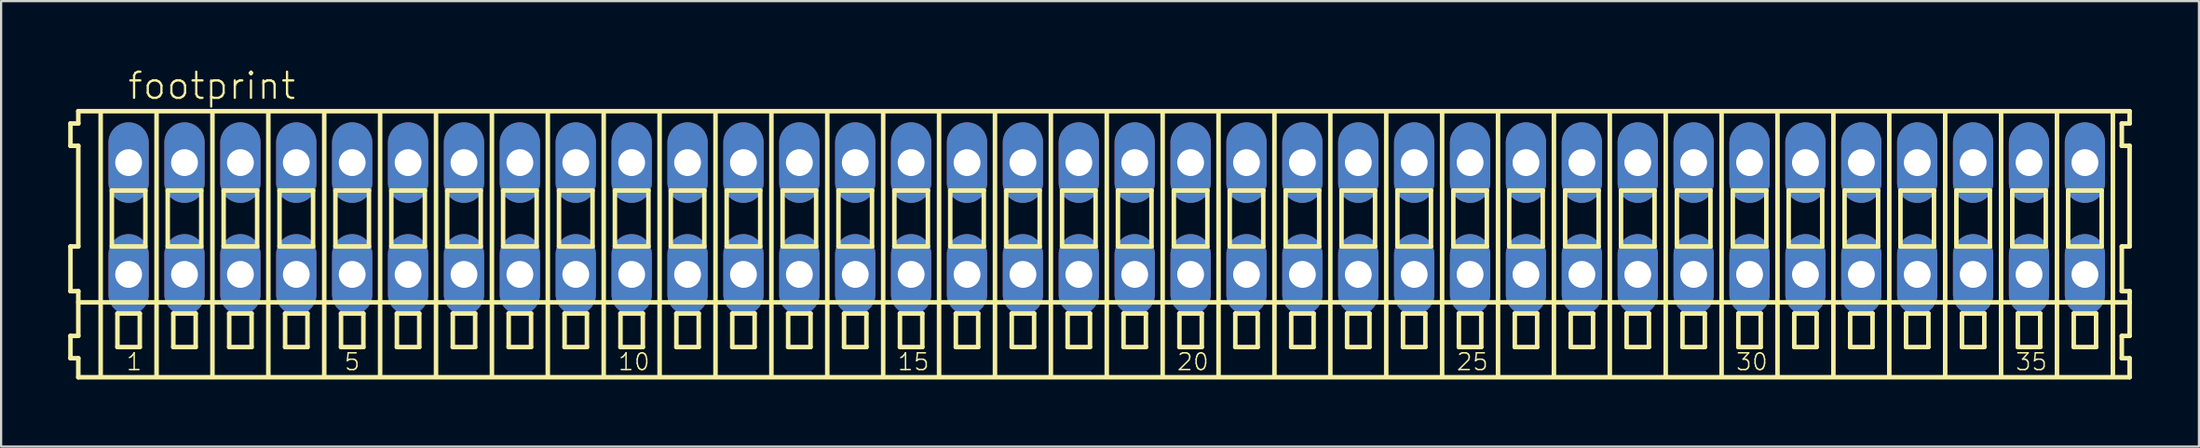
<source format=kicad_pcb>
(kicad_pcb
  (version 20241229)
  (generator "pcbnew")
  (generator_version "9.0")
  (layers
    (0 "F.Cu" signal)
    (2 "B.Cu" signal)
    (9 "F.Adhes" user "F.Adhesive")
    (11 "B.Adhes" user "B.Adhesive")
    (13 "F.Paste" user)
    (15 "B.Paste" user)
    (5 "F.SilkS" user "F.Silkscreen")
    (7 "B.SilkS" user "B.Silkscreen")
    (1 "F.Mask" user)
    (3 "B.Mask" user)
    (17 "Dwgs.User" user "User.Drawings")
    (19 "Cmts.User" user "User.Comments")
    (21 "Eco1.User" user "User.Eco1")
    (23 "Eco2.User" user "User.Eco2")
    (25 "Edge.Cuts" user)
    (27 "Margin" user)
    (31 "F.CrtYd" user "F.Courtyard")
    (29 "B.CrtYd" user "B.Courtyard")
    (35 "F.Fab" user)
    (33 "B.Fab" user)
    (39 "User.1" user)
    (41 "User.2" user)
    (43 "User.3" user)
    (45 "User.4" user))
  (footprint "footprint"
    (layer "F.Cu")
    (at 46.452 6.723)
    (property "Reference" "footprint" (at -43.85 -5.25 0) (layer "F.SilkS") (effects (font (size 1.168 1.168) (thickness 0.102)) (justify left bottom)))
    (fp_line (start -46.35 -4.25) (end -46.35 -3.25) (stroke (width 0.203) (type solid)) (layer "F.SilkS"))
    (fp_line (start -46.35 -3.25) (end -46 -3.25) (stroke (width 0.203) (type solid)) (layer "F.SilkS"))
    (fp_line (start -46.35 1.25) (end -46.35 3.25) (stroke (width 0.203) (type solid)) (layer "F.SilkS"))
    (fp_line (start -46.35 3.25) (end -46 3.25) (stroke (width 0.203) (type solid)) (layer "F.SilkS"))
    (fp_line (start -46.35 5.25) (end -46.35 6.25) (stroke (width 0.203) (type solid)) (layer "F.SilkS"))
    (fp_line (start -46.35 6.25) (end -46 6.25) (stroke (width 0.203) (type solid)) (layer "F.SilkS"))
    (fp_line (start -46 -4.8) (end -46 -4.25) (stroke (width 0.203) (type solid)) (layer "F.SilkS"))
    (fp_line (start -46 -4.25) (end -46.35 -4.25) (stroke (width 0.203) (type solid)) (layer "F.SilkS"))
    (fp_line (start -46 -3.25) (end -46 1.25) (stroke (width 0.203) (type solid)) (layer "F.SilkS"))
    (fp_line (start -46 1.25) (end -46.35 1.25) (stroke (width 0.203) (type solid)) (layer "F.SilkS"))
    (fp_line (start -46 3.25) (end -46 5.25) (stroke (width 0.203) (type solid)) (layer "F.SilkS"))
    (fp_line (start -46 3.75) (end 45.75 3.75) (stroke (width 0.203) (type solid)) (layer "F.SilkS"))
    (fp_line (start -46 5.25) (end -46.35 5.25) (stroke (width 0.203) (type solid)) (layer "F.SilkS"))
    (fp_line (start -46 6.25) (end -46 7.1) (stroke (width 0.203) (type solid)) (layer "F.SilkS"))
    (fp_line (start -46 7.1) (end 45.75 7.1) (stroke (width 0.203) (type solid)) (layer "F.SilkS"))
    (fp_line (start -45 -4.75) (end -45 7) (stroke (width 0.203) (type solid)) (layer "F.SilkS"))
    (fp_line (start -44.5 -1.25) (end -44.5 1.25) (stroke (width 0.203) (type solid)) (layer "F.SilkS"))
    (fp_line (start -44.5 1.25) (end -43 1.25) (stroke (width 0.203) (type solid)) (layer "F.SilkS"))
    (fp_line (start -44.25 4.25) (end -44.25 5.75) (stroke (width 0.203) (type solid)) (layer "F.SilkS"))
    (fp_line (start -44.25 5.75) (end -43.25 5.75) (stroke (width 0.203) (type solid)) (layer "F.SilkS"))
    (fp_line (start -43.25 4.25) (end -44.25 4.25) (stroke (width 0.203) (type solid)) (layer "F.SilkS"))
    (fp_line (start -43.25 5.75) (end -43.25 4.25) (stroke (width 0.203) (type solid)) (layer "F.SilkS"))
    (fp_line (start -43 -1.25) (end -44.5 -1.25) (stroke (width 0.203) (type solid)) (layer "F.SilkS"))
    (fp_line (start -43 1.25) (end -43 -1.25) (stroke (width 0.203) (type solid)) (layer "F.SilkS"))
    (fp_line (start -42.5 -4.75) (end -42.5 7) (stroke (width 0.203) (type solid)) (layer "F.SilkS"))
    (fp_line (start -42 -1.25) (end -42 1.25) (stroke (width 0.203) (type solid)) (layer "F.SilkS"))
    (fp_line (start -42 1.25) (end -40.5 1.25) (stroke (width 0.203) (type solid)) (layer "F.SilkS"))
    (fp_line (start -41.75 4.25) (end -41.75 5.75) (stroke (width 0.203) (type solid)) (layer "F.SilkS"))
    (fp_line (start -41.75 5.75) (end -40.75 5.75) (stroke (width 0.203) (type solid)) (layer "F.SilkS"))
    (fp_line (start -40.75 4.25) (end -41.75 4.25) (stroke (width 0.203) (type solid)) (layer "F.SilkS"))
    (fp_line (start -40.75 5.75) (end -40.75 4.25) (stroke (width 0.203) (type solid)) (layer "F.SilkS"))
    (fp_line (start -40.5 -1.25) (end -42 -1.25) (stroke (width 0.203) (type solid)) (layer "F.SilkS"))
    (fp_line (start -40.5 1.25) (end -40.5 -1.25) (stroke (width 0.203) (type solid)) (layer "F.SilkS"))
    (fp_line (start -40 -4.75) (end -40 7) (stroke (width 0.203) (type solid)) (layer "F.SilkS"))
    (fp_line (start -39.5 -1.25) (end -39.5 1.25) (stroke (width 0.203) (type solid)) (layer "F.SilkS"))
    (fp_line (start -39.5 1.25) (end -38 1.25) (stroke (width 0.203) (type solid)) (layer "F.SilkS"))
    (fp_line (start -39.25 4.25) (end -39.25 5.75) (stroke (width 0.203) (type solid)) (layer "F.SilkS"))
    (fp_line (start -39.25 5.75) (end -38.25 5.75) (stroke (width 0.203) (type solid)) (layer "F.SilkS"))
    (fp_line (start -38.25 4.25) (end -39.25 4.25) (stroke (width 0.203) (type solid)) (layer "F.SilkS"))
    (fp_line (start -38.25 5.75) (end -38.25 4.25) (stroke (width 0.203) (type solid)) (layer "F.SilkS"))
    (fp_line (start -38 -1.25) (end -39.5 -1.25) (stroke (width 0.203) (type solid)) (layer "F.SilkS"))
    (fp_line (start -38 1.25) (end -38 -1.25) (stroke (width 0.203) (type solid)) (layer "F.SilkS"))
    (fp_line (start -37.5 -4.75) (end -37.5 7) (stroke (width 0.203) (type solid)) (layer "F.SilkS"))
    (fp_line (start -37 -1.25) (end -37 1.25) (stroke (width 0.203) (type solid)) (layer "F.SilkS"))
    (fp_line (start -37 1.25) (end -35.5 1.25) (stroke (width 0.203) (type solid)) (layer "F.SilkS"))
    (fp_line (start -36.75 4.25) (end -36.75 5.75) (stroke (width 0.203) (type solid)) (layer "F.SilkS"))
    (fp_line (start -36.75 5.75) (end -35.75 5.75) (stroke (width 0.203) (type solid)) (layer "F.SilkS"))
    (fp_line (start -35.75 4.25) (end -36.75 4.25) (stroke (width 0.203) (type solid)) (layer "F.SilkS"))
    (fp_line (start -35.75 5.75) (end -35.75 4.25) (stroke (width 0.203) (type solid)) (layer "F.SilkS"))
    (fp_line (start -35.5 -1.25) (end -37 -1.25) (stroke (width 0.203) (type solid)) (layer "F.SilkS"))
    (fp_line (start -35.5 1.25) (end -35.5 -1.25) (stroke (width 0.203) (type solid)) (layer "F.SilkS"))
    (fp_line (start -35 -4.75) (end -35 7) (stroke (width 0.203) (type solid)) (layer "F.SilkS"))
    (fp_line (start -34.5 -1.25) (end -34.5 1.25) (stroke (width 0.203) (type solid)) (layer "F.SilkS"))
    (fp_line (start -34.5 1.25) (end -33 1.25) (stroke (width 0.203) (type solid)) (layer "F.SilkS"))
    (fp_line (start -34.25 4.25) (end -34.25 5.75) (stroke (width 0.203) (type solid)) (layer "F.SilkS"))
    (fp_line (start -34.25 5.75) (end -33.25 5.75) (stroke (width 0.203) (type solid)) (layer "F.SilkS"))
    (fp_line (start -33.25 4.25) (end -34.25 4.25) (stroke (width 0.203) (type solid)) (layer "F.SilkS"))
    (fp_line (start -33.25 5.75) (end -33.25 4.25) (stroke (width 0.203) (type solid)) (layer "F.SilkS"))
    (fp_line (start -33 -1.25) (end -34.5 -1.25) (stroke (width 0.203) (type solid)) (layer "F.SilkS"))
    (fp_line (start -33 1.25) (end -33 -1.25) (stroke (width 0.203) (type solid)) (layer "F.SilkS"))
    (fp_line (start -32.5 -4.75) (end -32.5 7) (stroke (width 0.203) (type solid)) (layer "F.SilkS"))
    (fp_line (start -32 -1.25) (end -32 1.25) (stroke (width 0.203) (type solid)) (layer "F.SilkS"))
    (fp_line (start -32 1.25) (end -30.5 1.25) (stroke (width 0.203) (type solid)) (layer "F.SilkS"))
    (fp_line (start -31.75 4.25) (end -31.75 5.75) (stroke (width 0.203) (type solid)) (layer "F.SilkS"))
    (fp_line (start -31.75 5.75) (end -30.75 5.75) (stroke (width 0.203) (type solid)) (layer "F.SilkS"))
    (fp_line (start -30.75 4.25) (end -31.75 4.25) (stroke (width 0.203) (type solid)) (layer "F.SilkS"))
    (fp_line (start -30.75 5.75) (end -30.75 4.25) (stroke (width 0.203) (type solid)) (layer "F.SilkS"))
    (fp_line (start -30.5 -1.25) (end -32 -1.25) (stroke (width 0.203) (type solid)) (layer "F.SilkS"))
    (fp_line (start -30.5 1.25) (end -30.5 -1.25) (stroke (width 0.203) (type solid)) (layer "F.SilkS"))
    (fp_line (start -30 -4.75) (end -30 7) (stroke (width 0.203) (type solid)) (layer "F.SilkS"))
    (fp_line (start -29.5 -1.25) (end -29.5 1.25) (stroke (width 0.203) (type solid)) (layer "F.SilkS"))
    (fp_line (start -29.5 1.25) (end -28 1.25) (stroke (width 0.203) (type solid)) (layer "F.SilkS"))
    (fp_line (start -29.25 4.25) (end -29.25 5.75) (stroke (width 0.203) (type solid)) (layer "F.SilkS"))
    (fp_line (start -29.25 5.75) (end -28.25 5.75) (stroke (width 0.203) (type solid)) (layer "F.SilkS"))
    (fp_line (start -28.25 4.25) (end -29.25 4.25) (stroke (width 0.203) (type solid)) (layer "F.SilkS"))
    (fp_line (start -28.25 5.75) (end -28.25 4.25) (stroke (width 0.203) (type solid)) (layer "F.SilkS"))
    (fp_line (start -28 -1.25) (end -29.5 -1.25) (stroke (width 0.203) (type solid)) (layer "F.SilkS"))
    (fp_line (start -28 1.25) (end -28 -1.25) (stroke (width 0.203) (type solid)) (layer "F.SilkS"))
    (fp_line (start -27.5 -4.75) (end -27.5 7) (stroke (width 0.203) (type solid)) (layer "F.SilkS"))
    (fp_line (start -27 -1.25) (end -27 1.25) (stroke (width 0.203) (type solid)) (layer "F.SilkS"))
    (fp_line (start -27 1.25) (end -25.5 1.25) (stroke (width 0.203) (type solid)) (layer "F.SilkS"))
    (fp_line (start -26.75 4.25) (end -26.75 5.75) (stroke (width 0.203) (type solid)) (layer "F.SilkS"))
    (fp_line (start -26.75 5.75) (end -25.75 5.75) (stroke (width 0.203) (type solid)) (layer "F.SilkS"))
    (fp_line (start -25.75 4.25) (end -26.75 4.25) (stroke (width 0.203) (type solid)) (layer "F.SilkS"))
    (fp_line (start -25.75 5.75) (end -25.75 4.25) (stroke (width 0.203) (type solid)) (layer "F.SilkS"))
    (fp_line (start -25.5 -1.25) (end -27 -1.25) (stroke (width 0.203) (type solid)) (layer "F.SilkS"))
    (fp_line (start -25.5 1.25) (end -25.5 -1.25) (stroke (width 0.203) (type solid)) (layer "F.SilkS"))
    (fp_line (start -25 -4.75) (end -25 7) (stroke (width 0.203) (type solid)) (layer "F.SilkS"))
    (fp_line (start -24.5 -1.25) (end -24.5 1.25) (stroke (width 0.203) (type solid)) (layer "F.SilkS"))
    (fp_line (start -24.5 1.25) (end -23 1.25) (stroke (width 0.203) (type solid)) (layer "F.SilkS"))
    (fp_line (start -24.25 4.25) (end -24.25 5.75) (stroke (width 0.203) (type solid)) (layer "F.SilkS"))
    (fp_line (start -24.25 5.75) (end -23.25 5.75) (stroke (width 0.203) (type solid)) (layer "F.SilkS"))
    (fp_line (start -23.25 4.25) (end -24.25 4.25) (stroke (width 0.203) (type solid)) (layer "F.SilkS"))
    (fp_line (start -23.25 5.75) (end -23.25 4.25) (stroke (width 0.203) (type solid)) (layer "F.SilkS"))
    (fp_line (start -23 -1.25) (end -24.5 -1.25) (stroke (width 0.203) (type solid)) (layer "F.SilkS"))
    (fp_line (start -23 1.25) (end -23 -1.25) (stroke (width 0.203) (type solid)) (layer "F.SilkS"))
    (fp_line (start -22.5 -4.75) (end -22.5 7) (stroke (width 0.203) (type solid)) (layer "F.SilkS"))
    (fp_line (start -22 -1.25) (end -22 1.25) (stroke (width 0.203) (type solid)) (layer "F.SilkS"))
    (fp_line (start -22 1.25) (end -20.5 1.25) (stroke (width 0.203) (type solid)) (layer "F.SilkS"))
    (fp_line (start -21.75 4.25) (end -21.75 5.75) (stroke (width 0.203) (type solid)) (layer "F.SilkS"))
    (fp_line (start -21.75 5.75) (end -20.75 5.75) (stroke (width 0.203) (type solid)) (layer "F.SilkS"))
    (fp_line (start -20.75 4.25) (end -21.75 4.25) (stroke (width 0.203) (type solid)) (layer "F.SilkS"))
    (fp_line (start -20.75 5.75) (end -20.75 4.25) (stroke (width 0.203) (type solid)) (layer "F.SilkS"))
    (fp_line (start -20.5 -1.25) (end -22 -1.25) (stroke (width 0.203) (type solid)) (layer "F.SilkS"))
    (fp_line (start -20.5 1.25) (end -20.5 -1.25) (stroke (width 0.203) (type solid)) (layer "F.SilkS"))
    (fp_line (start -20 -4.75) (end -20 7) (stroke (width 0.203) (type solid)) (layer "F.SilkS"))
    (fp_line (start -19.5 -1.25) (end -19.5 1.25) (stroke (width 0.203) (type solid)) (layer "F.SilkS"))
    (fp_line (start -19.5 1.25) (end -18 1.25) (stroke (width 0.203) (type solid)) (layer "F.SilkS"))
    (fp_line (start -19.25 4.25) (end -19.25 5.75) (stroke (width 0.203) (type solid)) (layer "F.SilkS"))
    (fp_line (start -19.25 5.75) (end -18.25 5.75) (stroke (width 0.203) (type solid)) (layer "F.SilkS"))
    (fp_line (start -18.25 4.25) (end -19.25 4.25) (stroke (width 0.203) (type solid)) (layer "F.SilkS"))
    (fp_line (start -18.25 5.75) (end -18.25 4.25) (stroke (width 0.203) (type solid)) (layer "F.SilkS"))
    (fp_line (start -18 -1.25) (end -19.5 -1.25) (stroke (width 0.203) (type solid)) (layer "F.SilkS"))
    (fp_line (start -18 1.25) (end -18 -1.25) (stroke (width 0.203) (type solid)) (layer "F.SilkS"))
    (fp_line (start -17.5 -4.75) (end -17.5 7) (stroke (width 0.203) (type solid)) (layer "F.SilkS"))
    (fp_line (start -17 -1.25) (end -17 1.25) (stroke (width 0.203) (type solid)) (layer "F.SilkS"))
    (fp_line (start -17 1.25) (end -15.5 1.25) (stroke (width 0.203) (type solid)) (layer "F.SilkS"))
    (fp_line (start -16.75 4.25) (end -16.75 5.75) (stroke (width 0.203) (type solid)) (layer "F.SilkS"))
    (fp_line (start -16.75 5.75) (end -15.75 5.75) (stroke (width 0.203) (type solid)) (layer "F.SilkS"))
    (fp_line (start -15.75 4.25) (end -16.75 4.25) (stroke (width 0.203) (type solid)) (layer "F.SilkS"))
    (fp_line (start -15.75 5.75) (end -15.75 4.25) (stroke (width 0.203) (type solid)) (layer "F.SilkS"))
    (fp_line (start -15.5 -1.25) (end -17 -1.25) (stroke (width 0.203) (type solid)) (layer "F.SilkS"))
    (fp_line (start -15.5 1.25) (end -15.5 -1.25) (stroke (width 0.203) (type solid)) (layer "F.SilkS"))
    (fp_line (start -15 -4.75) (end -15 7) (stroke (width 0.203) (type solid)) (layer "F.SilkS"))
    (fp_line (start -14.5 -1.25) (end -14.5 1.25) (stroke (width 0.203) (type solid)) (layer "F.SilkS"))
    (fp_line (start -14.5 1.25) (end -13 1.25) (stroke (width 0.203) (type solid)) (layer "F.SilkS"))
    (fp_line (start -14.25 4.25) (end -14.25 5.75) (stroke (width 0.203) (type solid)) (layer "F.SilkS"))
    (fp_line (start -14.25 5.75) (end -13.25 5.75) (stroke (width 0.203) (type solid)) (layer "F.SilkS"))
    (fp_line (start -13.25 4.25) (end -14.25 4.25) (stroke (width 0.203) (type solid)) (layer "F.SilkS"))
    (fp_line (start -13.25 5.75) (end -13.25 4.25) (stroke (width 0.203) (type solid)) (layer "F.SilkS"))
    (fp_line (start -13 -1.25) (end -14.5 -1.25) (stroke (width 0.203) (type solid)) (layer "F.SilkS"))
    (fp_line (start -13 1.25) (end -13 -1.25) (stroke (width 0.203) (type solid)) (layer "F.SilkS"))
    (fp_line (start -12.5 -4.75) (end -12.5 7) (stroke (width 0.203) (type solid)) (layer "F.SilkS"))
    (fp_line (start -12 -1.25) (end -12 1.25) (stroke (width 0.203) (type solid)) (layer "F.SilkS"))
    (fp_line (start -12 1.25) (end -10.5 1.25) (stroke (width 0.203) (type solid)) (layer "F.SilkS"))
    (fp_line (start -11.75 4.25) (end -11.75 5.75) (stroke (width 0.203) (type solid)) (layer "F.SilkS"))
    (fp_line (start -11.75 5.75) (end -10.75 5.75) (stroke (width 0.203) (type solid)) (layer "F.SilkS"))
    (fp_line (start -10.75 4.25) (end -11.75 4.25) (stroke (width 0.203) (type solid)) (layer "F.SilkS"))
    (fp_line (start -10.75 5.75) (end -10.75 4.25) (stroke (width 0.203) (type solid)) (layer "F.SilkS"))
    (fp_line (start -10.5 -1.25) (end -12 -1.25) (stroke (width 0.203) (type solid)) (layer "F.SilkS"))
    (fp_line (start -10.5 1.25) (end -10.5 -1.25) (stroke (width 0.203) (type solid)) (layer "F.SilkS"))
    (fp_line (start -10 -4.75) (end -10 7) (stroke (width 0.203) (type solid)) (layer "F.SilkS"))
    (fp_line (start -9.5 -1.25) (end -9.5 1.25) (stroke (width 0.203) (type solid)) (layer "F.SilkS"))
    (fp_line (start -9.5 1.25) (end -8 1.25) (stroke (width 0.203) (type solid)) (layer "F.SilkS"))
    (fp_line (start -9.25 4.25) (end -9.25 5.75) (stroke (width 0.203) (type solid)) (layer "F.SilkS"))
    (fp_line (start -9.25 5.75) (end -8.25 5.75) (stroke (width 0.203) (type solid)) (layer "F.SilkS"))
    (fp_line (start -8.25 4.25) (end -9.25 4.25) (stroke (width 0.203) (type solid)) (layer "F.SilkS"))
    (fp_line (start -8.25 5.75) (end -8.25 4.25) (stroke (width 0.203) (type solid)) (layer "F.SilkS"))
    (fp_line (start -8 -1.25) (end -9.5 -1.25) (stroke (width 0.203) (type solid)) (layer "F.SilkS"))
    (fp_line (start -8 1.25) (end -8 -1.25) (stroke (width 0.203) (type solid)) (layer "F.SilkS"))
    (fp_line (start -7.5 -4.75) (end -7.5 7) (stroke (width 0.203) (type solid)) (layer "F.SilkS"))
    (fp_line (start -7 -1.25) (end -7 1.25) (stroke (width 0.203) (type solid)) (layer "F.SilkS"))
    (fp_line (start -7 1.25) (end -5.5 1.25) (stroke (width 0.203) (type solid)) (layer "F.SilkS"))
    (fp_line (start -6.75 4.25) (end -6.75 5.75) (stroke (width 0.203) (type solid)) (layer "F.SilkS"))
    (fp_line (start -6.75 5.75) (end -5.75 5.75) (stroke (width 0.203) (type solid)) (layer "F.SilkS"))
    (fp_line (start -5.75 4.25) (end -6.75 4.25) (stroke (width 0.203) (type solid)) (layer "F.SilkS"))
    (fp_line (start -5.75 5.75) (end -5.75 4.25) (stroke (width 0.203) (type solid)) (layer "F.SilkS"))
    (fp_line (start -5.5 -1.25) (end -7 -1.25) (stroke (width 0.203) (type solid)) (layer "F.SilkS"))
    (fp_line (start -5.5 1.25) (end -5.5 -1.25) (stroke (width 0.203) (type solid)) (layer "F.SilkS"))
    (fp_line (start -5 -4.75) (end -5 7) (stroke (width 0.203) (type solid)) (layer "F.SilkS"))
    (fp_line (start -4.5 -1.25) (end -4.5 1.25) (stroke (width 0.203) (type solid)) (layer "F.SilkS"))
    (fp_line (start -4.5 1.25) (end -3 1.25) (stroke (width 0.203) (type solid)) (layer "F.SilkS"))
    (fp_line (start -4.25 4.25) (end -4.25 5.75) (stroke (width 0.203) (type solid)) (layer "F.SilkS"))
    (fp_line (start -4.25 5.75) (end -3.25 5.75) (stroke (width 0.203) (type solid)) (layer "F.SilkS"))
    (fp_line (start -3.25 4.25) (end -4.25 4.25) (stroke (width 0.203) (type solid)) (layer "F.SilkS"))
    (fp_line (start -3.25 5.75) (end -3.25 4.25) (stroke (width 0.203) (type solid)) (layer "F.SilkS"))
    (fp_line (start -3 -1.25) (end -4.5 -1.25) (stroke (width 0.203) (type solid)) (layer "F.SilkS"))
    (fp_line (start -3 1.25) (end -3 -1.25) (stroke (width 0.203) (type solid)) (layer "F.SilkS"))
    (fp_line (start -2.5 -4.75) (end -2.5 7) (stroke (width 0.203) (type solid)) (layer "F.SilkS"))
    (fp_line (start -2 -1.25) (end -2 1.25) (stroke (width 0.203) (type solid)) (layer "F.SilkS"))
    (fp_line (start -2 1.25) (end -0.5 1.25) (stroke (width 0.203) (type solid)) (layer "F.SilkS"))
    (fp_line (start -1.75 4.25) (end -1.75 5.75) (stroke (width 0.203) (type solid)) (layer "F.SilkS"))
    (fp_line (start -1.75 5.75) (end -0.75 5.75) (stroke (width 0.203) (type solid)) (layer "F.SilkS"))
    (fp_line (start -0.75 4.25) (end -1.75 4.25) (stroke (width 0.203) (type solid)) (layer "F.SilkS"))
    (fp_line (start -0.75 5.75) (end -0.75 4.25) (stroke (width 0.203) (type solid)) (layer "F.SilkS"))
    (fp_line (start -0.5 -1.25) (end -2 -1.25) (stroke (width 0.203) (type solid)) (layer "F.SilkS"))
    (fp_line (start -0.5 1.25) (end -0.5 -1.25) (stroke (width 0.203) (type solid)) (layer "F.SilkS"))
    (fp_line (start 0 -4.75) (end 0 7) (stroke (width 0.203) (type solid)) (layer "F.SilkS"))
    (fp_line (start 0.5 -1.25) (end 0.5 1.25) (stroke (width 0.203) (type solid)) (layer "F.SilkS"))
    (fp_line (start 0.5 1.25) (end 2 1.25) (stroke (width 0.203) (type solid)) (layer "F.SilkS"))
    (fp_line (start 0.75 4.25) (end 0.75 5.75) (stroke (width 0.203) (type solid)) (layer "F.SilkS"))
    (fp_line (start 0.75 5.75) (end 1.75 5.75) (stroke (width 0.203) (type solid)) (layer "F.SilkS"))
    (fp_line (start 1.75 4.25) (end 0.75 4.25) (stroke (width 0.203) (type solid)) (layer "F.SilkS"))
    (fp_line (start 1.75 5.75) (end 1.75 4.25) (stroke (width 0.203) (type solid)) (layer "F.SilkS"))
    (fp_line (start 2 -1.25) (end 0.5 -1.25) (stroke (width 0.203) (type solid)) (layer "F.SilkS"))
    (fp_line (start 2 1.25) (end 2 -1.25) (stroke (width 0.203) (type solid)) (layer "F.SilkS"))
    (fp_line (start 2.5 -4.75) (end 2.5 7) (stroke (width 0.203) (type solid)) (layer "F.SilkS"))
    (fp_line (start 3 -1.25) (end 3 1.25) (stroke (width 0.203) (type solid)) (layer "F.SilkS"))
    (fp_line (start 3 1.25) (end 4.5 1.25) (stroke (width 0.203) (type solid)) (layer "F.SilkS"))
    (fp_line (start 3.25 4.25) (end 3.25 5.75) (stroke (width 0.203) (type solid)) (layer "F.SilkS"))
    (fp_line (start 3.25 5.75) (end 4.25 5.75) (stroke (width 0.203) (type solid)) (layer "F.SilkS"))
    (fp_line (start 4.25 4.25) (end 3.25 4.25) (stroke (width 0.203) (type solid)) (layer "F.SilkS"))
    (fp_line (start 4.25 5.75) (end 4.25 4.25) (stroke (width 0.203) (type solid)) (layer "F.SilkS"))
    (fp_line (start 4.5 -1.25) (end 3 -1.25) (stroke (width 0.203) (type solid)) (layer "F.SilkS"))
    (fp_line (start 4.5 1.25) (end 4.5 -1.25) (stroke (width 0.203) (type solid)) (layer "F.SilkS"))
    (fp_line (start 5 -4.75) (end 5 7) (stroke (width 0.203) (type solid)) (layer "F.SilkS"))
    (fp_line (start 5.5 -1.25) (end 5.5 1.25) (stroke (width 0.203) (type solid)) (layer "F.SilkS"))
    (fp_line (start 5.5 1.25) (end 7 1.25) (stroke (width 0.203) (type solid)) (layer "F.SilkS"))
    (fp_line (start 5.75 4.25) (end 5.75 5.75) (stroke (width 0.203) (type solid)) (layer "F.SilkS"))
    (fp_line (start 5.75 5.75) (end 6.75 5.75) (stroke (width 0.203) (type solid)) (layer "F.SilkS"))
    (fp_line (start 6.75 4.25) (end 5.75 4.25) (stroke (width 0.203) (type solid)) (layer "F.SilkS"))
    (fp_line (start 6.75 5.75) (end 6.75 4.25) (stroke (width 0.203) (type solid)) (layer "F.SilkS"))
    (fp_line (start 7 -1.25) (end 5.5 -1.25) (stroke (width 0.203) (type solid)) (layer "F.SilkS"))
    (fp_line (start 7 1.25) (end 7 -1.25) (stroke (width 0.203) (type solid)) (layer "F.SilkS"))
    (fp_line (start 7.5 -4.75) (end 7.5 7) (stroke (width 0.203) (type solid)) (layer "F.SilkS"))
    (fp_line (start 8 -1.25) (end 8 1.25) (stroke (width 0.203) (type solid)) (layer "F.SilkS"))
    (fp_line (start 8 1.25) (end 9.5 1.25) (stroke (width 0.203) (type solid)) (layer "F.SilkS"))
    (fp_line (start 8.25 4.25) (end 8.25 5.75) (stroke (width 0.203) (type solid)) (layer "F.SilkS"))
    (fp_line (start 8.25 5.75) (end 9.25 5.75) (stroke (width 0.203) (type solid)) (layer "F.SilkS"))
    (fp_line (start 9.25 4.25) (end 8.25 4.25) (stroke (width 0.203) (type solid)) (layer "F.SilkS"))
    (fp_line (start 9.25 5.75) (end 9.25 4.25) (stroke (width 0.203) (type solid)) (layer "F.SilkS"))
    (fp_line (start 9.5 -1.25) (end 8 -1.25) (stroke (width 0.203) (type solid)) (layer "F.SilkS"))
    (fp_line (start 9.5 1.25) (end 9.5 -1.25) (stroke (width 0.203) (type solid)) (layer "F.SilkS"))
    (fp_line (start 10 -4.75) (end 10 7) (stroke (width 0.203) (type solid)) (layer "F.SilkS"))
    (fp_line (start 10.5 -1.25) (end 10.5 1.25) (stroke (width 0.203) (type solid)) (layer "F.SilkS"))
    (fp_line (start 10.5 1.25) (end 12 1.25) (stroke (width 0.203) (type solid)) (layer "F.SilkS"))
    (fp_line (start 10.75 4.25) (end 10.75 5.75) (stroke (width 0.203) (type solid)) (layer "F.SilkS"))
    (fp_line (start 10.75 5.75) (end 11.75 5.75) (stroke (width 0.203) (type solid)) (layer "F.SilkS"))
    (fp_line (start 11.75 4.25) (end 10.75 4.25) (stroke (width 0.203) (type solid)) (layer "F.SilkS"))
    (fp_line (start 11.75 5.75) (end 11.75 4.25) (stroke (width 0.203) (type solid)) (layer "F.SilkS"))
    (fp_line (start 12 -1.25) (end 10.5 -1.25) (stroke (width 0.203) (type solid)) (layer "F.SilkS"))
    (fp_line (start 12 1.25) (end 12 -1.25) (stroke (width 0.203) (type solid)) (layer "F.SilkS"))
    (fp_line (start 12.5 -4.75) (end 12.5 7) (stroke (width 0.203) (type solid)) (layer "F.SilkS"))
    (fp_line (start 13 -1.25) (end 13 1.25) (stroke (width 0.203) (type solid)) (layer "F.SilkS"))
    (fp_line (start 13 1.25) (end 14.5 1.25) (stroke (width 0.203) (type solid)) (layer "F.SilkS"))
    (fp_line (start 13.25 4.25) (end 13.25 5.75) (stroke (width 0.203) (type solid)) (layer "F.SilkS"))
    (fp_line (start 13.25 5.75) (end 14.25 5.75) (stroke (width 0.203) (type solid)) (layer "F.SilkS"))
    (fp_line (start 14.25 4.25) (end 13.25 4.25) (stroke (width 0.203) (type solid)) (layer "F.SilkS"))
    (fp_line (start 14.25 5.75) (end 14.25 4.25) (stroke (width 0.203) (type solid)) (layer "F.SilkS"))
    (fp_line (start 14.5 -1.25) (end 13 -1.25) (stroke (width 0.203) (type solid)) (layer "F.SilkS"))
    (fp_line (start 14.5 1.25) (end 14.5 -1.25) (stroke (width 0.203) (type solid)) (layer "F.SilkS"))
    (fp_line (start 15 -4.75) (end 15 7) (stroke (width 0.203) (type solid)) (layer "F.SilkS"))
    (fp_line (start 15.5 -1.25) (end 15.5 1.25) (stroke (width 0.203) (type solid)) (layer "F.SilkS"))
    (fp_line (start 15.5 1.25) (end 17 1.25) (stroke (width 0.203) (type solid)) (layer "F.SilkS"))
    (fp_line (start 15.75 4.25) (end 15.75 5.75) (stroke (width 0.203) (type solid)) (layer "F.SilkS"))
    (fp_line (start 15.75 5.75) (end 16.75 5.75) (stroke (width 0.203) (type solid)) (layer "F.SilkS"))
    (fp_line (start 16.75 4.25) (end 15.75 4.25) (stroke (width 0.203) (type solid)) (layer "F.SilkS"))
    (fp_line (start 16.75 5.75) (end 16.75 4.25) (stroke (width 0.203) (type solid)) (layer "F.SilkS"))
    (fp_line (start 17 -1.25) (end 15.5 -1.25) (stroke (width 0.203) (type solid)) (layer "F.SilkS"))
    (fp_line (start 17 1.25) (end 17 -1.25) (stroke (width 0.203) (type solid)) (layer "F.SilkS"))
    (fp_line (start 17.5 -4.75) (end 17.5 7) (stroke (width 0.203) (type solid)) (layer "F.SilkS"))
    (fp_line (start 18 -1.25) (end 18 1.25) (stroke (width 0.203) (type solid)) (layer "F.SilkS"))
    (fp_line (start 18 1.25) (end 19.5 1.25) (stroke (width 0.203) (type solid)) (layer "F.SilkS"))
    (fp_line (start 18.25 4.25) (end 18.25 5.75) (stroke (width 0.203) (type solid)) (layer "F.SilkS"))
    (fp_line (start 18.25 5.75) (end 19.25 5.75) (stroke (width 0.203) (type solid)) (layer "F.SilkS"))
    (fp_line (start 19.25 4.25) (end 18.25 4.25) (stroke (width 0.203) (type solid)) (layer "F.SilkS"))
    (fp_line (start 19.25 5.75) (end 19.25 4.25) (stroke (width 0.203) (type solid)) (layer "F.SilkS"))
    (fp_line (start 19.5 -1.25) (end 18 -1.25) (stroke (width 0.203) (type solid)) (layer "F.SilkS"))
    (fp_line (start 19.5 1.25) (end 19.5 -1.25) (stroke (width 0.203) (type solid)) (layer "F.SilkS"))
    (fp_line (start 20 -4.75) (end 20 7) (stroke (width 0.203) (type solid)) (layer "F.SilkS"))
    (fp_line (start 20.5 -1.25) (end 20.5 1.25) (stroke (width 0.203) (type solid)) (layer "F.SilkS"))
    (fp_line (start 20.5 1.25) (end 22 1.25) (stroke (width 0.203) (type solid)) (layer "F.SilkS"))
    (fp_line (start 20.75 4.25) (end 20.75 5.75) (stroke (width 0.203) (type solid)) (layer "F.SilkS"))
    (fp_line (start 20.75 5.75) (end 21.75 5.75) (stroke (width 0.203) (type solid)) (layer "F.SilkS"))
    (fp_line (start 21.75 4.25) (end 20.75 4.25) (stroke (width 0.203) (type solid)) (layer "F.SilkS"))
    (fp_line (start 21.75 5.75) (end 21.75 4.25) (stroke (width 0.203) (type solid)) (layer "F.SilkS"))
    (fp_line (start 22 -1.25) (end 20.5 -1.25) (stroke (width 0.203) (type solid)) (layer "F.SilkS"))
    (fp_line (start 22 1.25) (end 22 -1.25) (stroke (width 0.203) (type solid)) (layer "F.SilkS"))
    (fp_line (start 22.5 -4.75) (end 22.5 7) (stroke (width 0.203) (type solid)) (layer "F.SilkS"))
    (fp_line (start 23 -1.25) (end 23 1.25) (stroke (width 0.203) (type solid)) (layer "F.SilkS"))
    (fp_line (start 23 1.25) (end 24.5 1.25) (stroke (width 0.203) (type solid)) (layer "F.SilkS"))
    (fp_line (start 23.25 4.25) (end 23.25 5.75) (stroke (width 0.203) (type solid)) (layer "F.SilkS"))
    (fp_line (start 23.25 5.75) (end 24.25 5.75) (stroke (width 0.203) (type solid)) (layer "F.SilkS"))
    (fp_line (start 24.25 4.25) (end 23.25 4.25) (stroke (width 0.203) (type solid)) (layer "F.SilkS"))
    (fp_line (start 24.25 5.75) (end 24.25 4.25) (stroke (width 0.203) (type solid)) (layer "F.SilkS"))
    (fp_line (start 24.5 -1.25) (end 23 -1.25) (stroke (width 0.203) (type solid)) (layer "F.SilkS"))
    (fp_line (start 24.5 1.25) (end 24.5 -1.25) (stroke (width 0.203) (type solid)) (layer "F.SilkS"))
    (fp_line (start 25 -4.75) (end 25 7) (stroke (width 0.203) (type solid)) (layer "F.SilkS"))
    (fp_line (start 25.5 -1.25) (end 25.5 1.25) (stroke (width 0.203) (type solid)) (layer "F.SilkS"))
    (fp_line (start 25.5 1.25) (end 27 1.25) (stroke (width 0.203) (type solid)) (layer "F.SilkS"))
    (fp_line (start 25.75 4.25) (end 25.75 5.75) (stroke (width 0.203) (type solid)) (layer "F.SilkS"))
    (fp_line (start 25.75 5.75) (end 26.75 5.75) (stroke (width 0.203) (type solid)) (layer "F.SilkS"))
    (fp_line (start 26.75 4.25) (end 25.75 4.25) (stroke (width 0.203) (type solid)) (layer "F.SilkS"))
    (fp_line (start 26.75 5.75) (end 26.75 4.25) (stroke (width 0.203) (type solid)) (layer "F.SilkS"))
    (fp_line (start 27 -1.25) (end 25.5 -1.25) (stroke (width 0.203) (type solid)) (layer "F.SilkS"))
    (fp_line (start 27 1.25) (end 27 -1.25) (stroke (width 0.203) (type solid)) (layer "F.SilkS"))
    (fp_line (start 27.5 -4.75) (end 27.5 7) (stroke (width 0.203) (type solid)) (layer "F.SilkS"))
    (fp_line (start 28 -1.25) (end 28 1.25) (stroke (width 0.203) (type solid)) (layer "F.SilkS"))
    (fp_line (start 28 1.25) (end 29.5 1.25) (stroke (width 0.203) (type solid)) (layer "F.SilkS"))
    (fp_line (start 28.25 4.25) (end 28.25 5.75) (stroke (width 0.203) (type solid)) (layer "F.SilkS"))
    (fp_line (start 28.25 5.75) (end 29.25 5.75) (stroke (width 0.203) (type solid)) (layer "F.SilkS"))
    (fp_line (start 29.25 4.25) (end 28.25 4.25) (stroke (width 0.203) (type solid)) (layer "F.SilkS"))
    (fp_line (start 29.25 5.75) (end 29.25 4.25) (stroke (width 0.203) (type solid)) (layer "F.SilkS"))
    (fp_line (start 29.5 -1.25) (end 28 -1.25) (stroke (width 0.203) (type solid)) (layer "F.SilkS"))
    (fp_line (start 29.5 1.25) (end 29.5 -1.25) (stroke (width 0.203) (type solid)) (layer "F.SilkS"))
    (fp_line (start 30 -4.75) (end 30 7) (stroke (width 0.203) (type solid)) (layer "F.SilkS"))
    (fp_line (start 30.5 -1.25) (end 30.5 1.25) (stroke (width 0.203) (type solid)) (layer "F.SilkS"))
    (fp_line (start 30.5 1.25) (end 32 1.25) (stroke (width 0.203) (type solid)) (layer "F.SilkS"))
    (fp_line (start 30.75 4.25) (end 30.75 5.75) (stroke (width 0.203) (type solid)) (layer "F.SilkS"))
    (fp_line (start 30.75 5.75) (end 31.75 5.75) (stroke (width 0.203) (type solid)) (layer "F.SilkS"))
    (fp_line (start 31.75 4.25) (end 30.75 4.25) (stroke (width 0.203) (type solid)) (layer "F.SilkS"))
    (fp_line (start 31.75 5.75) (end 31.75 4.25) (stroke (width 0.203) (type solid)) (layer "F.SilkS"))
    (fp_line (start 32 -1.25) (end 30.5 -1.25) (stroke (width 0.203) (type solid)) (layer "F.SilkS"))
    (fp_line (start 32 1.25) (end 32 -1.25) (stroke (width 0.203) (type solid)) (layer "F.SilkS"))
    (fp_line (start 32.5 -4.75) (end 32.5 7) (stroke (width 0.203) (type solid)) (layer "F.SilkS"))
    (fp_line (start 33 -1.25) (end 33 1.25) (stroke (width 0.203) (type solid)) (layer "F.SilkS"))
    (fp_line (start 33 1.25) (end 34.5 1.25) (stroke (width 0.203) (type solid)) (layer "F.SilkS"))
    (fp_line (start 33.25 4.25) (end 33.25 5.75) (stroke (width 0.203) (type solid)) (layer "F.SilkS"))
    (fp_line (start 33.25 5.75) (end 34.25 5.75) (stroke (width 0.203) (type solid)) (layer "F.SilkS"))
    (fp_line (start 34.25 4.25) (end 33.25 4.25) (stroke (width 0.203) (type solid)) (layer "F.SilkS"))
    (fp_line (start 34.25 5.75) (end 34.25 4.25) (stroke (width 0.203) (type solid)) (layer "F.SilkS"))
    (fp_line (start 34.5 -1.25) (end 33 -1.25) (stroke (width 0.203) (type solid)) (layer "F.SilkS"))
    (fp_line (start 34.5 1.25) (end 34.5 -1.25) (stroke (width 0.203) (type solid)) (layer "F.SilkS"))
    (fp_line (start 35 -4.75) (end 35 7) (stroke (width 0.203) (type solid)) (layer "F.SilkS"))
    (fp_line (start 35.5 -1.25) (end 35.5 1.25) (stroke (width 0.203) (type solid)) (layer "F.SilkS"))
    (fp_line (start 35.5 1.25) (end 37 1.25) (stroke (width 0.203) (type solid)) (layer "F.SilkS"))
    (fp_line (start 35.75 4.25) (end 35.75 5.75) (stroke (width 0.203) (type solid)) (layer "F.SilkS"))
    (fp_line (start 35.75 5.75) (end 36.75 5.75) (stroke (width 0.203) (type solid)) (layer "F.SilkS"))
    (fp_line (start 36.75 4.25) (end 35.75 4.25) (stroke (width 0.203) (type solid)) (layer "F.SilkS"))
    (fp_line (start 36.75 5.75) (end 36.75 4.25) (stroke (width 0.203) (type solid)) (layer "F.SilkS"))
    (fp_line (start 37 -1.25) (end 35.5 -1.25) (stroke (width 0.203) (type solid)) (layer "F.SilkS"))
    (fp_line (start 37 1.25) (end 37 -1.25) (stroke (width 0.203) (type solid)) (layer "F.SilkS"))
    (fp_line (start 37.5 -4.75) (end 37.5 7) (stroke (width 0.203) (type solid)) (layer "F.SilkS"))
    (fp_line (start 38 -1.25) (end 38 1.25) (stroke (width 0.203) (type solid)) (layer "F.SilkS"))
    (fp_line (start 38 1.25) (end 39.5 1.25) (stroke (width 0.203) (type solid)) (layer "F.SilkS"))
    (fp_line (start 38.25 4.25) (end 38.25 5.75) (stroke (width 0.203) (type solid)) (layer "F.SilkS"))
    (fp_line (start 38.25 5.75) (end 39.25 5.75) (stroke (width 0.203) (type solid)) (layer "F.SilkS"))
    (fp_line (start 39.25 4.25) (end 38.25 4.25) (stroke (width 0.203) (type solid)) (layer "F.SilkS"))
    (fp_line (start 39.25 5.75) (end 39.25 4.25) (stroke (width 0.203) (type solid)) (layer "F.SilkS"))
    (fp_line (start 39.5 -1.25) (end 38 -1.25) (stroke (width 0.203) (type solid)) (layer "F.SilkS"))
    (fp_line (start 39.5 1.25) (end 39.5 -1.25) (stroke (width 0.203) (type solid)) (layer "F.SilkS"))
    (fp_line (start 40 -4.75) (end 40 7) (stroke (width 0.203) (type solid)) (layer "F.SilkS"))
    (fp_line (start 40.5 -1.25) (end 40.5 1.25) (stroke (width 0.203) (type solid)) (layer "F.SilkS"))
    (fp_line (start 40.5 1.25) (end 42 1.25) (stroke (width 0.203) (type solid)) (layer "F.SilkS"))
    (fp_line (start 40.75 4.25) (end 40.75 5.75) (stroke (width 0.203) (type solid)) (layer "F.SilkS"))
    (fp_line (start 40.75 5.75) (end 41.75 5.75) (stroke (width 0.203) (type solid)) (layer "F.SilkS"))
    (fp_line (start 41.75 4.25) (end 40.75 4.25) (stroke (width 0.203) (type solid)) (layer "F.SilkS"))
    (fp_line (start 41.75 5.75) (end 41.75 4.25) (stroke (width 0.203) (type solid)) (layer "F.SilkS"))
    (fp_line (start 42 -1.25) (end 40.5 -1.25) (stroke (width 0.203) (type solid)) (layer "F.SilkS"))
    (fp_line (start 42 1.25) (end 42 -1.25) (stroke (width 0.203) (type solid)) (layer "F.SilkS"))
    (fp_line (start 42.5 -4.75) (end 42.5 7) (stroke (width 0.203) (type solid)) (layer "F.SilkS"))
    (fp_line (start 43 -1.25) (end 43 1.25) (stroke (width 0.203) (type solid)) (layer "F.SilkS"))
    (fp_line (start 43 1.25) (end 44.5 1.25) (stroke (width 0.203) (type solid)) (layer "F.SilkS"))
    (fp_line (start 43.25 4.25) (end 43.25 5.75) (stroke (width 0.203) (type solid)) (layer "F.SilkS"))
    (fp_line (start 43.25 5.75) (end 44.25 5.75) (stroke (width 0.203) (type solid)) (layer "F.SilkS"))
    (fp_line (start 44.25 4.25) (end 43.25 4.25) (stroke (width 0.203) (type solid)) (layer "F.SilkS"))
    (fp_line (start 44.25 5.75) (end 44.25 4.25) (stroke (width 0.203) (type solid)) (layer "F.SilkS"))
    (fp_line (start 44.5 -1.25) (end 43 -1.25) (stroke (width 0.203) (type solid)) (layer "F.SilkS"))
    (fp_line (start 44.5 1.25) (end 44.5 -1.25) (stroke (width 0.203) (type solid)) (layer "F.SilkS"))
    (fp_line (start 45 -4.75) (end 45 7) (stroke (width 0.203) (type solid)) (layer "F.SilkS"))
    (fp_line (start 45.4 -4.25) (end 45.4 -3.25) (stroke (width 0.203) (type solid)) (layer "F.SilkS"))
    (fp_line (start 45.4 -3.25) (end 45.75 -3.25) (stroke (width 0.203) (type solid)) (layer "F.SilkS"))
    (fp_line (start 45.4 1.25) (end 45.4 3.25) (stroke (width 0.203) (type solid)) (layer "F.SilkS"))
    (fp_line (start 45.4 3.25) (end 45.75 3.25) (stroke (width 0.203) (type solid)) (layer "F.SilkS"))
    (fp_line (start 45.4 5.25) (end 45.4 6.25) (stroke (width 0.203) (type solid)) (layer "F.SilkS"))
    (fp_line (start 45.4 6.25) (end 45.75 6.25) (stroke (width 0.203) (type solid)) (layer "F.SilkS"))
    (fp_line (start 45.75 -4.8) (end -46 -4.8) (stroke (width 0.203) (type solid)) (layer "F.SilkS"))
    (fp_line (start 45.75 -4.25) (end 45.4 -4.25) (stroke (width 0.203) (type solid)) (layer "F.SilkS"))
    (fp_line (start 45.75 -4.25) (end 45.75 -4.8) (stroke (width 0.203) (type solid)) (layer "F.SilkS"))
    (fp_line (start 45.75 1.25) (end 45.4 1.25) (stroke (width 0.203) (type solid)) (layer "F.SilkS"))
    (fp_line (start 45.75 1.25) (end 45.75 -3.25) (stroke (width 0.203) (type solid)) (layer "F.SilkS"))
    (fp_line (start 45.75 3.75) (end 45.75 3.25) (stroke (width 0.203) (type solid)) (layer "F.SilkS"))
    (fp_line (start 45.75 5.25) (end 45.4 5.25) (stroke (width 0.203) (type solid)) (layer "F.SilkS"))
    (fp_line (start 45.75 5.25) (end 45.75 3.75) (stroke (width 0.203) (type solid)) (layer "F.SilkS"))
    (fp_line (start 45.75 7.1) (end 45.75 6.25) (stroke (width 0.203) (type solid)) (layer "F.SilkS"))
    (fp_text user "30" (at 28.1 6.85 0) (layer "F.SilkS") (effects (font (size 0.748 0.748) (thickness 0.065)) (justify left bottom)))
    (fp_text user "25" (at 15.6 6.85 0) (layer "F.SilkS") (effects (font (size 0.748 0.748) (thickness 0.065)) (justify left bottom)))
    (fp_text user "15" (at -9.4 6.85 0) (layer "F.SilkS") (effects (font (size 0.748 0.748) (thickness 0.065)) (justify left bottom)))
    (fp_text user "1" (at -43.9 6.85 0) (layer "F.SilkS") (effects (font (size 0.748 0.748) (thickness 0.065)) (justify left bottom)))
    (fp_text user "20" (at 3.1 6.85 0) (layer "F.SilkS") (effects (font (size 0.748 0.748) (thickness 0.065)) (justify left bottom)))
    (fp_text user "5" (at -34.15 6.85 0) (layer "F.SilkS") (effects (font (size 0.748 0.748) (thickness 0.065)) (justify left bottom)))
    (fp_text user "10" (at -21.9 6.85 0) (layer "F.SilkS") (effects (font (size 0.748 0.748) (thickness 0.065)) (justify left bottom)))
    (fp_text user "35" (at 40.6 6.85 0) (layer "F.SilkS") (effects (font (size 0.748 0.748) (thickness 0.065)) (justify left bottom)))
    (pad "A1" thru_hole oval (at -43.75 -2.5 90) (size 3.6 1.8) (drill 1.2) (layers "*.Cu" "*.Mask"))
    (pad "A2" thru_hole oval (at -41.25 -2.5 90) (size 3.6 1.8) (drill 1.2) (layers "*.Cu" "*.Mask"))
    (pad "A3" thru_hole oval (at -38.75 -2.5 90) (size 3.6 1.8) (drill 1.2) (layers "*.Cu" "*.Mask"))
    (pad "A4" thru_hole oval (at -36.25 -2.5 90) (size 3.6 1.8) (drill 1.2) (layers "*.Cu" "*.Mask"))
    (pad "A5" thru_hole oval (at -33.75 -2.5 90) (size 3.6 1.8) (drill 1.2) (layers "*.Cu" "*.Mask"))
    (pad "A6" thru_hole oval (at -31.25 -2.5 90) (size 3.6 1.8) (drill 1.2) (layers "*.Cu" "*.Mask"))
    (pad "A7" thru_hole oval (at -28.75 -2.5 90) (size 3.6 1.8) (drill 1.2) (layers "*.Cu" "*.Mask"))
    (pad "A8" thru_hole oval (at -26.25 -2.5 90) (size 3.6 1.8) (drill 1.2) (layers "*.Cu" "*.Mask"))
    (pad "A9" thru_hole oval (at -23.75 -2.5 90) (size 3.6 1.8) (drill 1.2) (layers "*.Cu" "*.Mask"))
    (pad "A10" thru_hole oval (at -21.25 -2.5 90) (size 3.6 1.8) (drill 1.2) (layers "*.Cu" "*.Mask"))
    (pad "A11" thru_hole oval (at -18.75 -2.5 90) (size 3.6 1.8) (drill 1.2) (layers "*.Cu" "*.Mask"))
    (pad "A12" thru_hole oval (at -16.25 -2.5 90) (size 3.6 1.8) (drill 1.2) (layers "*.Cu" "*.Mask"))
    (pad "A13" thru_hole oval (at -13.75 -2.5 90) (size 3.6 1.8) (drill 1.2) (layers "*.Cu" "*.Mask"))
    (pad "A14" thru_hole oval (at -11.25 -2.5 90) (size 3.6 1.8) (drill 1.2) (layers "*.Cu" "*.Mask"))
    (pad "A15" thru_hole oval (at -8.75 -2.5 90) (size 3.6 1.8) (drill 1.2) (layers "*.Cu" "*.Mask"))
    (pad "A16" thru_hole oval (at -6.25 -2.5 90) (size 3.6 1.8) (drill 1.2) (layers "*.Cu" "*.Mask"))
    (pad "A17" thru_hole oval (at -3.75 -2.5 90) (size 3.6 1.8) (drill 1.2) (layers "*.Cu" "*.Mask"))
    (pad "A18" thru_hole oval (at -1.25 -2.5 90) (size 3.6 1.8) (drill 1.2) (layers "*.Cu" "*.Mask"))
    (pad "A19" thru_hole oval (at 1.25 -2.5 90) (size 3.6 1.8) (drill 1.2) (layers "*.Cu" "*.Mask"))
    (pad "A20" thru_hole oval (at 3.75 -2.5 90) (size 3.6 1.8) (drill 1.2) (layers "*.Cu" "*.Mask"))
    (pad "A21" thru_hole oval (at 6.25 -2.5 90) (size 3.6 1.8) (drill 1.2) (layers "*.Cu" "*.Mask"))
    (pad "A22" thru_hole oval (at 8.75 -2.5 90) (size 3.6 1.8) (drill 1.2) (layers "*.Cu" "*.Mask"))
    (pad "A23" thru_hole oval (at 11.25 -2.5 90) (size 3.6 1.8) (drill 1.2) (layers "*.Cu" "*.Mask"))
    (pad "A24" thru_hole oval (at 13.75 -2.5 90) (size 3.6 1.8) (drill 1.2) (layers "*.Cu" "*.Mask"))
    (pad "A25" thru_hole oval (at 16.25 -2.5 90) (size 3.6 1.8) (drill 1.2) (layers "*.Cu" "*.Mask"))
    (pad "A26" thru_hole oval (at 18.75 -2.5 90) (size 3.6 1.8) (drill 1.2) (layers "*.Cu" "*.Mask"))
    (pad "A27" thru_hole oval (at 21.25 -2.5 90) (size 3.6 1.8) (drill 1.2) (layers "*.Cu" "*.Mask"))
    (pad "A28" thru_hole oval (at 23.75 -2.5 90) (size 3.6 1.8) (drill 1.2) (layers "*.Cu" "*.Mask"))
    (pad "A29" thru_hole oval (at 26.25 -2.5 90) (size 3.6 1.8) (drill 1.2) (layers "*.Cu" "*.Mask"))
    (pad "A30" thru_hole oval (at 28.75 -2.5 90) (size 3.6 1.8) (drill 1.2) (layers "*.Cu" "*.Mask"))
    (pad "A31" thru_hole oval (at 31.25 -2.5 90) (size 3.6 1.8) (drill 1.2) (layers "*.Cu" "*.Mask"))
    (pad "A32" thru_hole oval (at 33.75 -2.5 90) (size 3.6 1.8) (drill 1.2) (layers "*.Cu" "*.Mask"))
    (pad "A33" thru_hole oval (at 36.25 -2.5 90) (size 3.6 1.8) (drill 1.2) (layers "*.Cu" "*.Mask"))
    (pad "A34" thru_hole oval (at 38.75 -2.5 90) (size 3.6 1.8) (drill 1.2) (layers "*.Cu" "*.Mask"))
    (pad "A35" thru_hole oval (at 41.25 -2.5 90) (size 3.6 1.8) (drill 1.2) (layers "*.Cu" "*.Mask"))
    (pad "A36" thru_hole oval (at 43.75 -2.5 90) (size 3.6 1.8) (drill 1.2) (layers "*.Cu" "*.Mask"))
    (pad "B1" thru_hole oval (at -43.75 2.5 90) (size 3.6 1.8) (drill 1.2) (layers "*.Cu" "*.Mask"))
    (pad "B2" thru_hole oval (at -41.25 2.5 90) (size 3.6 1.8) (drill 1.2) (layers "*.Cu" "*.Mask"))
    (pad "B3" thru_hole oval (at -38.75 2.5 90) (size 3.6 1.8) (drill 1.2) (layers "*.Cu" "*.Mask"))
    (pad "B4" thru_hole oval (at -36.25 2.5 90) (size 3.6 1.8) (drill 1.2) (layers "*.Cu" "*.Mask"))
    (pad "B5" thru_hole oval (at -33.75 2.5 90) (size 3.6 1.8) (drill 1.2) (layers "*.Cu" "*.Mask"))
    (pad "B6" thru_hole oval (at -31.25 2.5 90) (size 3.6 1.8) (drill 1.2) (layers "*.Cu" "*.Mask"))
    (pad "B7" thru_hole oval (at -28.75 2.5 90) (size 3.6 1.8) (drill 1.2) (layers "*.Cu" "*.Mask"))
    (pad "B8" thru_hole oval (at -26.25 2.5 90) (size 3.6 1.8) (drill 1.2) (layers "*.Cu" "*.Mask"))
    (pad "B9" thru_hole oval (at -23.75 2.5 90) (size 3.6 1.8) (drill 1.2) (layers "*.Cu" "*.Mask"))
    (pad "B10" thru_hole oval (at -21.25 2.5 90) (size 3.6 1.8) (drill 1.2) (layers "*.Cu" "*.Mask"))
    (pad "B11" thru_hole oval (at -18.75 2.5 90) (size 3.6 1.8) (drill 1.2) (layers "*.Cu" "*.Mask"))
    (pad "B12" thru_hole oval (at -16.25 2.5 90) (size 3.6 1.8) (drill 1.2) (layers "*.Cu" "*.Mask"))
    (pad "B13" thru_hole oval (at -13.75 2.5 90) (size 3.6 1.8) (drill 1.2) (layers "*.Cu" "*.Mask"))
    (pad "B14" thru_hole oval (at -11.25 2.5 90) (size 3.6 1.8) (drill 1.2) (layers "*.Cu" "*.Mask"))
    (pad "B15" thru_hole oval (at -8.75 2.5 90) (size 3.6 1.8) (drill 1.2) (layers "*.Cu" "*.Mask"))
    (pad "B16" thru_hole oval (at -6.25 2.5 90) (size 3.6 1.8) (drill 1.2) (layers "*.Cu" "*.Mask"))
    (pad "B17" thru_hole oval (at -3.75 2.5 90) (size 3.6 1.8) (drill 1.2) (layers "*.Cu" "*.Mask"))
    (pad "B18" thru_hole oval (at -1.25 2.5 90) (size 3.6 1.8) (drill 1.2) (layers "*.Cu" "*.Mask"))
    (pad "B19" thru_hole oval (at 1.25 2.5 90) (size 3.6 1.8) (drill 1.2) (layers "*.Cu" "*.Mask"))
    (pad "B20" thru_hole oval (at 3.75 2.5 90) (size 3.6 1.8) (drill 1.2) (layers "*.Cu" "*.Mask"))
    (pad "B21" thru_hole oval (at 6.25 2.5 90) (size 3.6 1.8) (drill 1.2) (layers "*.Cu" "*.Mask"))
    (pad "B22" thru_hole oval (at 8.75 2.5 90) (size 3.6 1.8) (drill 1.2) (layers "*.Cu" "*.Mask"))
    (pad "B23" thru_hole oval (at 11.25 2.5 90) (size 3.6 1.8) (drill 1.2) (layers "*.Cu" "*.Mask"))
    (pad "B24" thru_hole oval (at 13.75 2.5 90) (size 3.6 1.8) (drill 1.2) (layers "*.Cu" "*.Mask"))
    (pad "B25" thru_hole oval (at 16.25 2.5 90) (size 3.6 1.8) (drill 1.2) (layers "*.Cu" "*.Mask"))
    (pad "B26" thru_hole oval (at 18.75 2.5 90) (size 3.6 1.8) (drill 1.2) (layers "*.Cu" "*.Mask"))
    (pad "B27" thru_hole oval (at 21.25 2.5 90) (size 3.6 1.8) (drill 1.2) (layers "*.Cu" "*.Mask"))
    (pad "B28" thru_hole oval (at 23.75 2.5 90) (size 3.6 1.8) (drill 1.2) (layers "*.Cu" "*.Mask"))
    (pad "B29" thru_hole oval (at 26.25 2.5 90) (size 3.6 1.8) (drill 1.2) (layers "*.Cu" "*.Mask"))
    (pad "B30" thru_hole oval (at 28.75 2.5 90) (size 3.6 1.8) (drill 1.2) (layers "*.Cu" "*.Mask"))
    (pad "B31" thru_hole oval (at 31.25 2.5 90) (size 3.6 1.8) (drill 1.2) (layers "*.Cu" "*.Mask"))
    (pad "B32" thru_hole oval (at 33.75 2.5 90) (size 3.6 1.8) (drill 1.2) (layers "*.Cu" "*.Mask"))
    (pad "B33" thru_hole oval (at 36.25 2.5 90) (size 3.6 1.8) (drill 1.2) (layers "*.Cu" "*.Mask"))
    (pad "B34" thru_hole oval (at 38.75 2.5 90) (size 3.6 1.8) (drill 1.2) (layers "*.Cu" "*.Mask"))
    (pad "B35" thru_hole oval (at 41.25 2.5 90) (size 3.6 1.8) (drill 1.2) (layers "*.Cu" "*.Mask"))
    (pad "B36" thru_hole oval (at 43.75 2.5 90) (size 3.6 1.8) (drill 1.2) (layers "*.Cu" "*.Mask")))
  (gr_rect
    (start -3 -3)
    (end 95.303 16.925)
    (stroke (width 0.1) (type default))
    (fill no)
    (layer "Edge.Cuts")))
</source>
